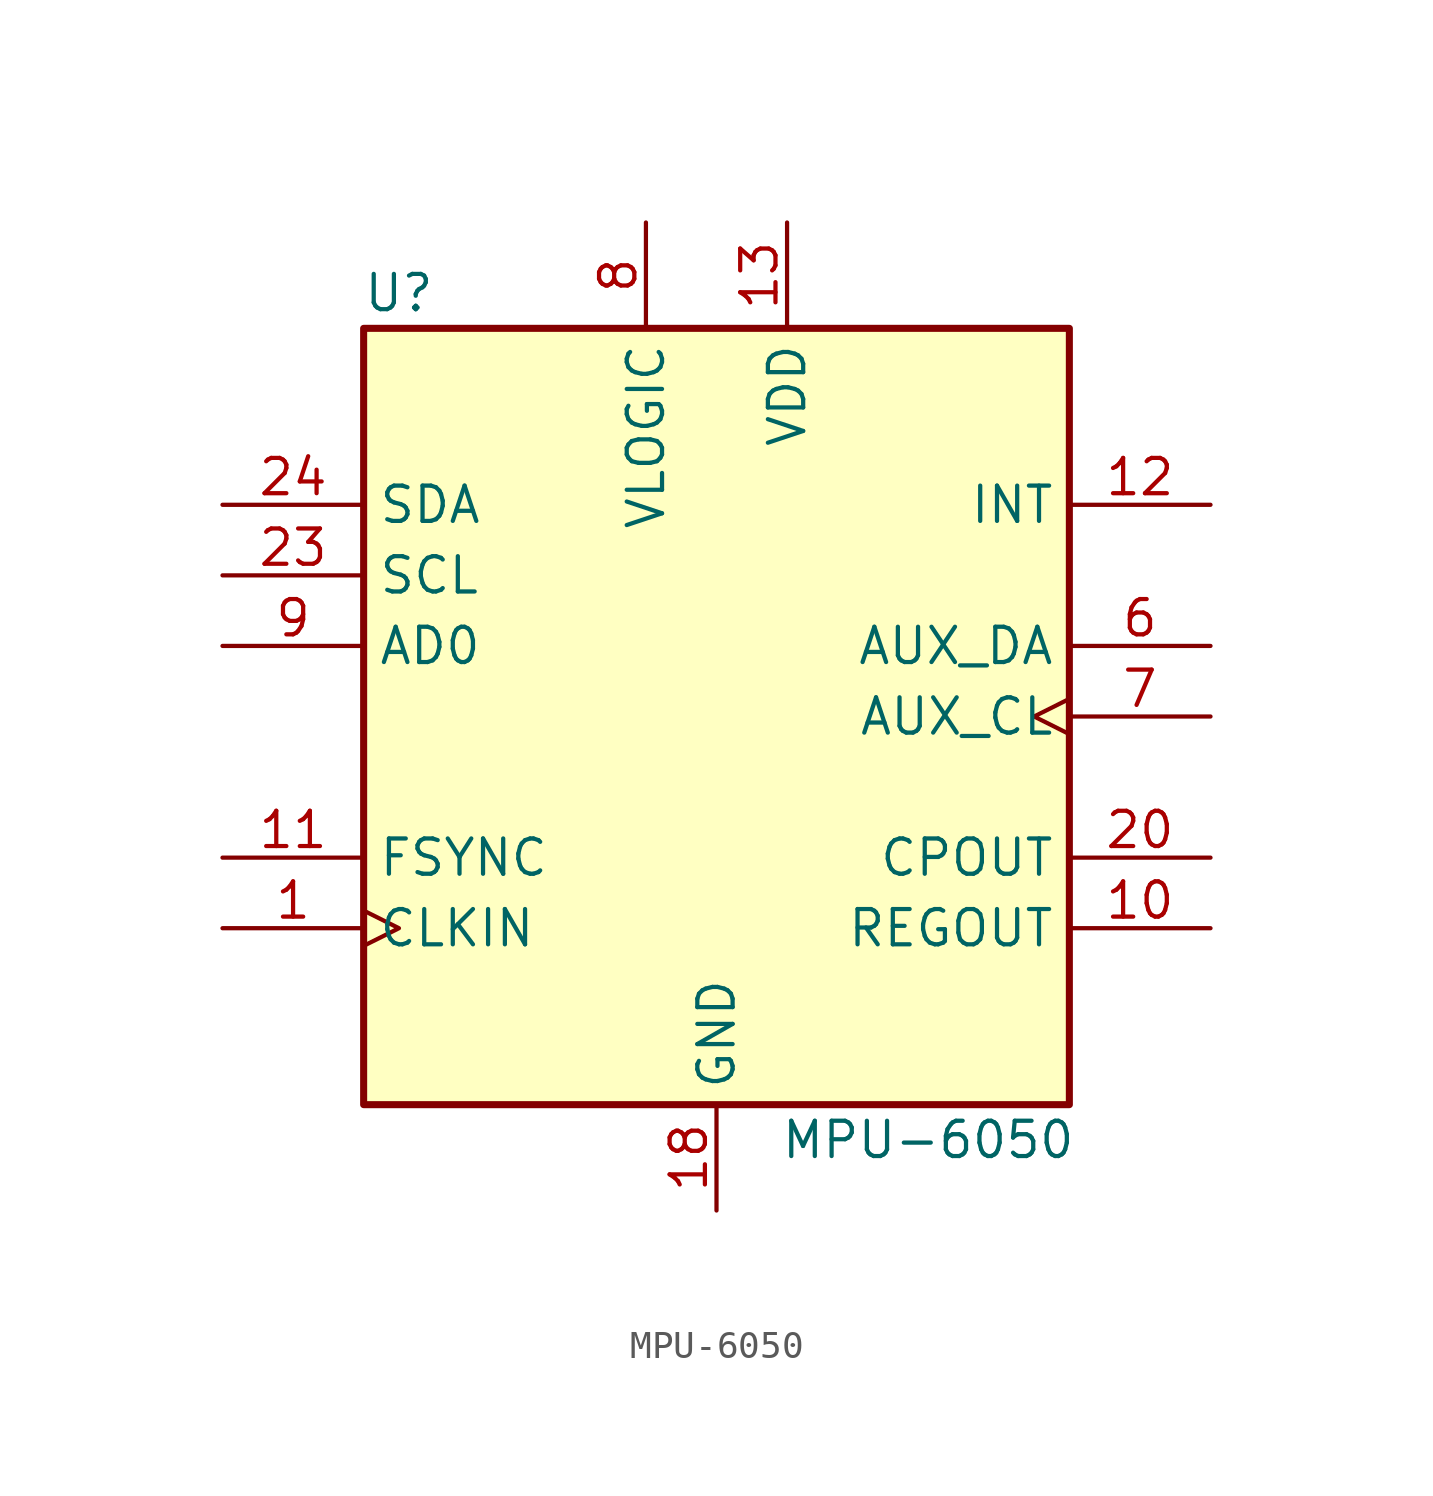
<source format=kicad_sym>
(kicad_symbol_lib
  (version 20231120)
  (generator "kicad_symbol_editor")
  (generator_version "8.0")
  (symbol "MPU-6050"
    (property "Reference" "U"
      (at -11.43 15.24 0)
      (effects (font (size 1.27 1.27))))
    (property "Value" "MPU-6050"
      (at 7.62 -15.24 0)
      (effects (font (size 1.27 1.27))))
    (symbol "MPU-6050_0_0"
      (text "" (at 12.7 -2.54 0) (effects (font (size 1.27 1.27)))))
    (symbol "MPU-6050_0_1"
      (rectangle (start -12.7 13.97) (end 12.7 -13.97) (stroke (width 0.254) (type default)) (fill (type background))))
    (symbol "MPU-6050_1_1"
      (pin input clock (at -17.78 -7.62 0) (length 5.08) (name "CLKIN" (effects (font (size 1.27 1.27)))) (number "1" (effects (font (size 1.27 1.27)))))
      (pin passive line (at 17.78 -7.62 180) (length 5.08) (name "REGOUT" (effects (font (size 1.27 1.27)))) (number "10" (effects (font (size 1.27 1.27)))))
      (pin input line (at -17.78 -5.08 0) (length 5.08) (name "FSYNC" (effects (font (size 1.27 1.27)))) (number "11" (effects (font (size 1.27 1.27)))))
      (pin output line (at 17.78 7.62 180) (length 5.08) (name "INT" (effects (font (size 1.27 1.27)))) (number "12" (effects (font (size 1.27 1.27)))))
      (pin power_in line (at 2.54 17.78 270) (length 3.81) (name "VDD" (effects (font (size 1.27 1.27)))) (number "13" (effects (font (size 1.27 1.27)))))
      (pin no_connect line (at -12.7 -10.16 0) (length 2.54) hide (name "NC" (effects (font (size 1.27 1.27)))) (number "14" (effects (font (size 1.27 1.27)))))
      (pin no_connect line (at 12.7 12.7 180) (length 2.54) hide (name "NC" (effects (font (size 1.27 1.27)))) (number "15" (effects (font (size 1.27 1.27)))))
      (pin no_connect line (at 12.7 10.16 180) (length 2.54) hide (name "NC" (effects (font (size 1.27 1.27)))) (number "16" (effects (font (size 1.27 1.27)))))
      (pin no_connect line (at 12.7 5.08 180) (length 2.54) hide (name "NC" (effects (font (size 1.27 1.27)))) (number "17" (effects (font (size 1.27 1.27)))))
      (pin power_in line (at 0 -17.78 90) (length 3.81) (name "GND" (effects (font (size 1.27 1.27)))) (number "18" (effects (font (size 1.27 1.27)))))
      (pin no_connect line (at 12.7 -10.16 180) (length 2.54) hide (name "RESV" (effects (font (size 1.27 1.27)))) (number "19" (effects (font (size 1.27 1.27)))))
      (pin no_connect line (at -12.7 12.7 0) (length 2.54) hide (name "NC" (effects (font (size 1.27 1.27)))) (number "2" (effects (font (size 1.27 1.27)))))
      (pin passive line (at 17.78 -5.08 180) (length 5.08) (name "CPOUT" (effects (font (size 1.27 1.27)))) (number "20" (effects (font (size 1.27 1.27)))))
      (pin no_connect line (at 12.7 -2.54 180) (length 2.54) hide (name "RESV" (effects (font (size 1.27 1.27)))) (number "21" (effects (font (size 1.27 1.27)))))
      (pin no_connect line (at 12.7 -12.7 180) (length 2.54) hide (name "RESV" (effects (font (size 1.27 1.27)))) (number "22" (effects (font (size 1.27 1.27)))))
      (pin input line (at -17.78 5.08 0) (length 5.08) (name "SCL" (effects (font (size 1.27 1.27)))) (number "23" (effects (font (size 1.27 1.27)))))
      (pin bidirectional line (at -17.78 7.62 0) (length 5.08) (name "SDA" (effects (font (size 1.27 1.27)))) (number "24" (effects (font (size 1.27 1.27)))))
      (pin no_connect line (at -12.7 10.16 0) (length 2.54) hide (name "NC" (effects (font (size 1.27 1.27)))) (number "3" (effects (font (size 1.27 1.27)))))
      (pin no_connect line (at -12.7 0 0) (length 2.54) hide (name "NC" (effects (font (size 1.27 1.27)))) (number "4" (effects (font (size 1.27 1.27)))))
      (pin no_connect line (at -12.7 -2.54 0) (length 2.54) hide (name "NC" (effects (font (size 1.27 1.27)))) (number "5" (effects (font (size 1.27 1.27)))))
      (pin bidirectional line (at 17.78 2.54 180) (length 5.08) (name "AUX_DA" (effects (font (size 1.27 1.27)))) (number "6" (effects (font (size 1.27 1.27)))))
      (pin output clock (at 17.78 0 180) (length 5.08) (name "AUX_CL" (effects (font (size 1.27 1.27)))) (number "7" (effects (font (size 1.27 1.27)))))
      (pin power_in line (at -2.54 17.78 270) (length 3.81) (name "VLOGIC" (effects (font (size 1.27 1.27)))) (number "8" (effects (font (size 1.27 1.27)))))
      (pin input line (at -17.78 2.54 0) (length 5.08) (name "AD0" (effects (font (size 1.27 1.27)))) (number "9" (effects (font (size 1.27 1.27))))))))
</source>
